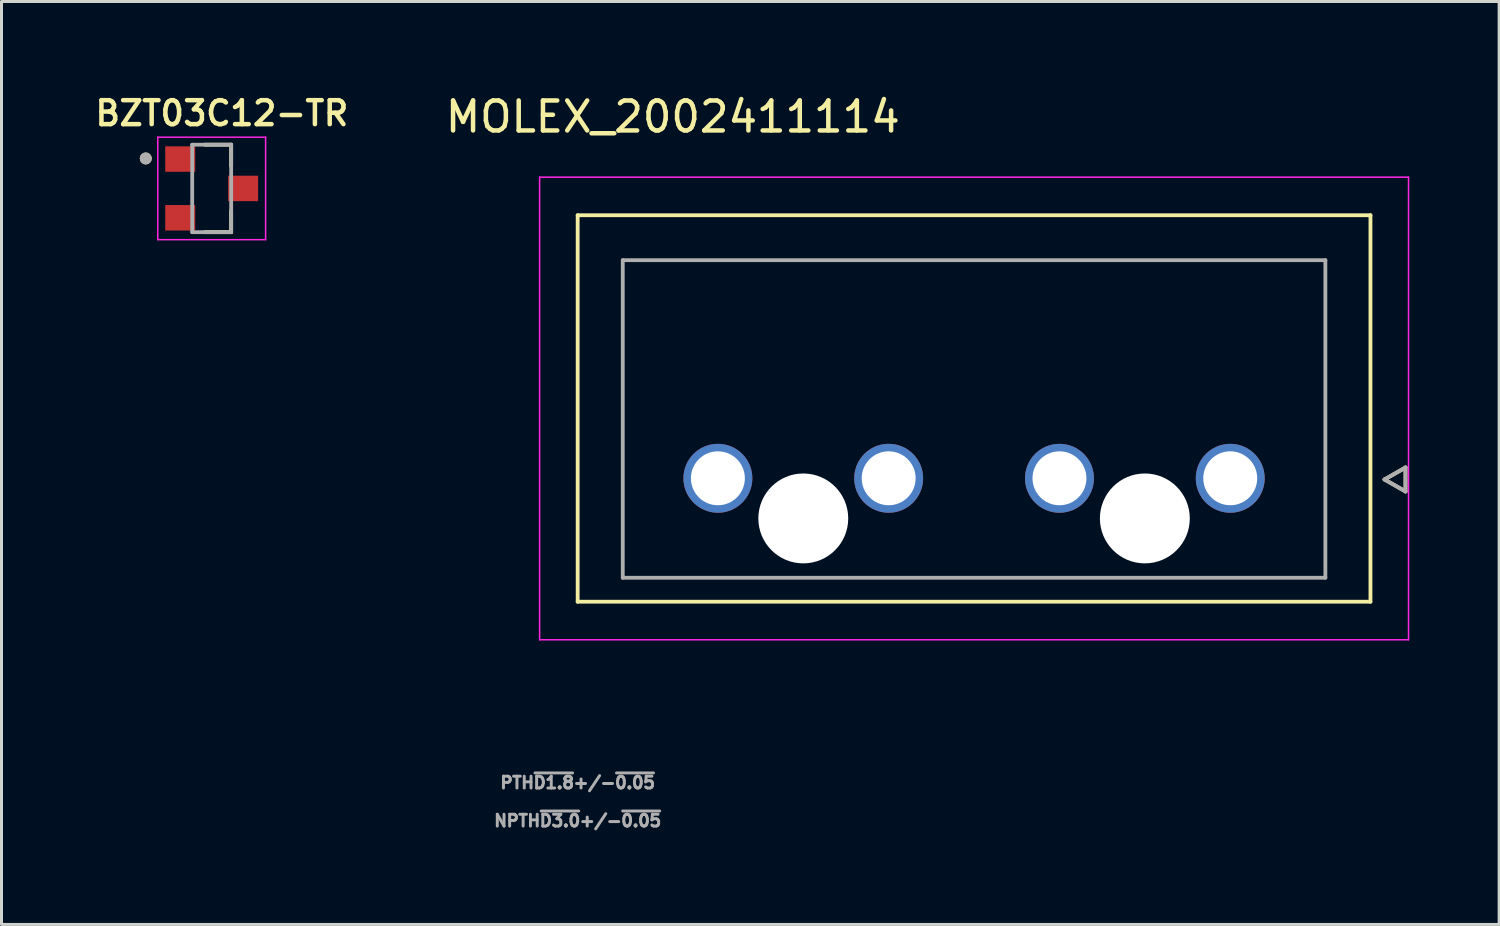
<source format=kicad_pcb>
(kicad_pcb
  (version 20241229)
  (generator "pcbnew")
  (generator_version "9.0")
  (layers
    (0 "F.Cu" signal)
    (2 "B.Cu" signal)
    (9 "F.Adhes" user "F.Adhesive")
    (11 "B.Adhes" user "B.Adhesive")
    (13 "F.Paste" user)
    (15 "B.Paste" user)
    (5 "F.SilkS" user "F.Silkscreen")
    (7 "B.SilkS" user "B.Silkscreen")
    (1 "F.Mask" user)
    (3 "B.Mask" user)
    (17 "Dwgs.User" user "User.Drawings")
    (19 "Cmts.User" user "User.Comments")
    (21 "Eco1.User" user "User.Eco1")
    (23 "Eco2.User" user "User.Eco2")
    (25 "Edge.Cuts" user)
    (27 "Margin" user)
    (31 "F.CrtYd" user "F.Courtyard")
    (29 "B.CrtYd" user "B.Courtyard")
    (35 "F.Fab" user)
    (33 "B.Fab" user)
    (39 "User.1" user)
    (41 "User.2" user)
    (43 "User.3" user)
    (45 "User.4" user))
  (footprint "BZT03C12-TR"
    (layer "F.Cu")
    (at 4.015 3.239)
    (property "Reference" "BZT03C12-TR" (at 0.34 -2.508 0) (layer "F.SilkS") (effects (font (size 0.8 0.8) (thickness 0.15))))
    (attr through_hole)
    (fp_line (start 0.65 -1.46) (end -0.23 -1.46) (stroke (width 0.127) (type solid)) (layer "F.SilkS"))
    (fp_line (start 0.65 -0.75) (end 0.65 -1.46) (stroke (width 0.127) (type solid)) (layer "F.SilkS"))
    (fp_line (start 0.65 0.75) (end 0.65 1.46) (stroke (width 0.127) (type solid)) (layer "F.SilkS"))
    (fp_line (start 0.65 1.46) (end -0.23 1.46) (stroke (width 0.127) (type solid)) (layer "F.SilkS"))
    (fp_circle (center -2.2 -1) (end -2.1 -1) (stroke (width 0.2) (type solid)) (fill no) (layer "F.SilkS"))
    (fp_line (start -1.8 -1.71) (end 1.8 -1.71) (stroke (width 0.05) (type solid)) (layer "F.CrtYd"))
    (fp_line (start -1.8 1.71) (end -1.8 -1.71) (stroke (width 0.05) (type solid)) (layer "F.CrtYd"))
    (fp_line (start 1.8 -1.71) (end 1.8 1.71) (stroke (width 0.05) (type solid)) (layer "F.CrtYd"))
    (fp_line (start 1.8 1.71) (end -1.8 1.71) (stroke (width 0.05) (type solid)) (layer "F.CrtYd"))
    (fp_line (start -0.65 -1.46) (end -0.65 1.46) (stroke (width 0.127) (type solid)) (layer "F.Fab"))
    (fp_line (start -0.65 1.46) (end 0.65 1.46) (stroke (width 0.127) (type solid)) (layer "F.Fab"))
    (fp_line (start 0.65 -1.46) (end -0.65 -1.46) (stroke (width 0.127) (type solid)) (layer "F.Fab"))
    (fp_line (start 0.65 1.46) (end 0.65 -1.46) (stroke (width 0.127) (type solid)) (layer "F.Fab"))
    (fp_circle (center -2.2 -1) (end -2.1 -1) (stroke (width 0.2) (type solid)) (fill no) (layer "F.Fab"))
    (pad "1" smd rect (at -1.05 -0.98 270) (size 0.85 1) (layers "F.Cu" "F.Mask" "F.Paste"))
    (pad "2" smd rect (at -1.05 0.98 270) (size 0.85 1) (layers "F.Cu" "F.Mask" "F.Paste"))
    (pad "3" smd rect (at 1.05 0 270) (size 0.85 1) (layers "F.Cu" "F.Mask" "F.Paste")))
  (footprint "MOLEX_2002411114"
    (layer "F.Cu")
    (at 38.01 12.913)
    (property "Reference" "MOLEX_2002411114" (at -18.605 -12.065 0) (layer "F.SilkS") (effects (font (size 1 1) (thickness 0.15))))
    (attr through_hole)
    (fp_circle (center -17.1 0) (end -16.487 0) (stroke (width 1.226) (type solid)) (fill no) (layer "F.Mask"))
    (fp_circle (center -14.25 1.34) (end -13.462 1.34) (stroke (width 1.576) (type solid)) (fill no) (layer "F.Mask"))
    (fp_circle (center -11.4 0) (end -10.787 0) (stroke (width 1.226) (type solid)) (fill no) (layer "F.Mask"))
    (fp_circle (center -5.7 0) (end -5.087 0) (stroke (width 1.226) (type solid)) (fill no) (layer "F.Mask"))
    (fp_circle (center -2.85 1.34) (end -2.062 1.34) (stroke (width 1.576) (type solid)) (fill no) (layer "F.Mask"))
    (fp_circle (center 0 0) (end 0.613 0) (stroke (width 1.226) (type solid)) (fill no) (layer "F.Mask"))
    (fp_circle (center -17.1 0) (end -16.487 0) (stroke (width 1.226) (type solid)) (fill no) (layer "B.Mask"))
    (fp_circle (center -14.25 1.34) (end -13.462 1.34) (stroke (width 1.576) (type solid)) (fill no) (layer "B.Mask"))
    (fp_circle (center -11.4 0) (end -10.787 0) (stroke (width 1.226) (type solid)) (fill no) (layer "B.Mask"))
    (fp_circle (center -5.7 0) (end -5.087 0) (stroke (width 1.226) (type solid)) (fill no) (layer "B.Mask"))
    (fp_circle (center -2.85 1.34) (end -2.062 1.34) (stroke (width 1.576) (type solid)) (fill no) (layer "B.Mask"))
    (fp_circle (center 0 0) (end 0.613 0) (stroke (width 1.226) (type solid)) (fill no) (layer "B.Mask"))
    (fp_line (start -21.78 -8.78) (end 4.68 -8.78) (stroke (width 0.127) (type solid)) (layer "F.SilkS"))
    (fp_line (start -21.78 4.12) (end -21.78 -8.78) (stroke (width 0.127) (type solid)) (layer "F.SilkS"))
    (fp_line (start 4.68 -8.78) (end 4.68 4.12) (stroke (width 0.127) (type solid)) (layer "F.SilkS"))
    (fp_line (start 4.68 4.12) (end -21.78 4.12) (stroke (width 0.127) (type solid)) (layer "F.SilkS"))
    (fp_line (start 5.15 0.04) (end 5.85 -0.36) (stroke (width 0.127) (type solid)) (layer "F.SilkS"))
    (fp_line (start 5.85 -0.36) (end 5.85 0.44) (stroke (width 0.127) (type solid)) (layer "F.SilkS"))
    (fp_line (start 5.85 0.44) (end 5.15 0.04) (stroke (width 0.127) (type solid)) (layer "F.SilkS"))
    (fp_line (start -23.05 -10.05) (end 5.95 -10.05) (stroke (width 0.05) (type solid)) (layer "F.CrtYd"))
    (fp_line (start -23.05 5.39) (end -23.05 -10.05) (stroke (width 0.05) (type solid)) (layer "F.CrtYd"))
    (fp_line (start 5.95 -10.05) (end 5.95 5.39) (stroke (width 0.05) (type solid)) (layer "F.CrtYd"))
    (fp_line (start 5.95 5.39) (end -23.05 5.39) (stroke (width 0.05) (type solid)) (layer "F.CrtYd"))
    (fp_line (start -20.275 -7.28) (end 3.175 -7.28) (stroke (width 0.127) (type solid)) (layer "F.Fab"))
    (fp_line (start -20.275 3.32) (end -20.275 -7.28) (stroke (width 0.127) (type solid)) (layer "F.Fab"))
    (fp_line (start 3.175 -7.28) (end 3.175 3.32) (stroke (width 0.127) (type solid)) (layer "F.Fab"))
    (fp_line (start 3.175 3.32) (end -20.275 3.32) (stroke (width 0.127) (type solid)) (layer "F.Fab"))
    (fp_line (start 5.15 0.04) (end 5.85 -0.36) (stroke (width 0.127) (type solid)) (layer "F.Fab"))
    (fp_line (start 5.85 -0.36) (end 5.85 0.44) (stroke (width 0.127) (type solid)) (layer "F.Fab"))
    (fp_line (start 5.85 0.44) (end 5.15 0.04) (stroke (width 0.127) (type solid)) (layer "F.Fab"))
    (fp_text user "NPTH~{D3.0}+/-~{0.05}" (at -21.78 11.43 0) (layer "F.Fab") (effects (font (size 0.394 0.394) (thickness 0.15))))
    (fp_text user "PTH~{D1.8}+/-~{0.05}" (at -21.78 10.16 0) (layer "F.Fab") (effects (font (size 0.394 0.394) (thickness 0.15))))
    (pad "" np_thru_hole circle (at -14.25 1.34) (size 3 3) (drill 3) (layers "*.Cu" "*.Mask"))
    (pad "" np_thru_hole circle (at -2.85 1.34) (size 3 3) (drill 3) (layers "*.Cu" "*.Mask"))
    (pad "1" thru_hole circle (at 0 0) (size 2.3 2.3) (drill 1.8) (layers "*.Cu"))
    (pad "2" thru_hole circle (at -5.7 0) (size 2.3 2.3) (drill 1.8) (layers "*.Cu"))
    (pad "3" thru_hole circle (at -11.4 0) (size 2.3 2.3) (drill 1.8) (layers "*.Cu"))
    (pad "4" thru_hole circle (at -17.1 0) (size 2.3 2.3) (drill 1.8) (layers "*.Cu")))
  (gr_rect
    (start -3 -3)
    (end 46.985 27.804)
    (stroke (width 0.1) (type default))
    (fill no)
    (layer "Edge.Cuts")))
</source>
